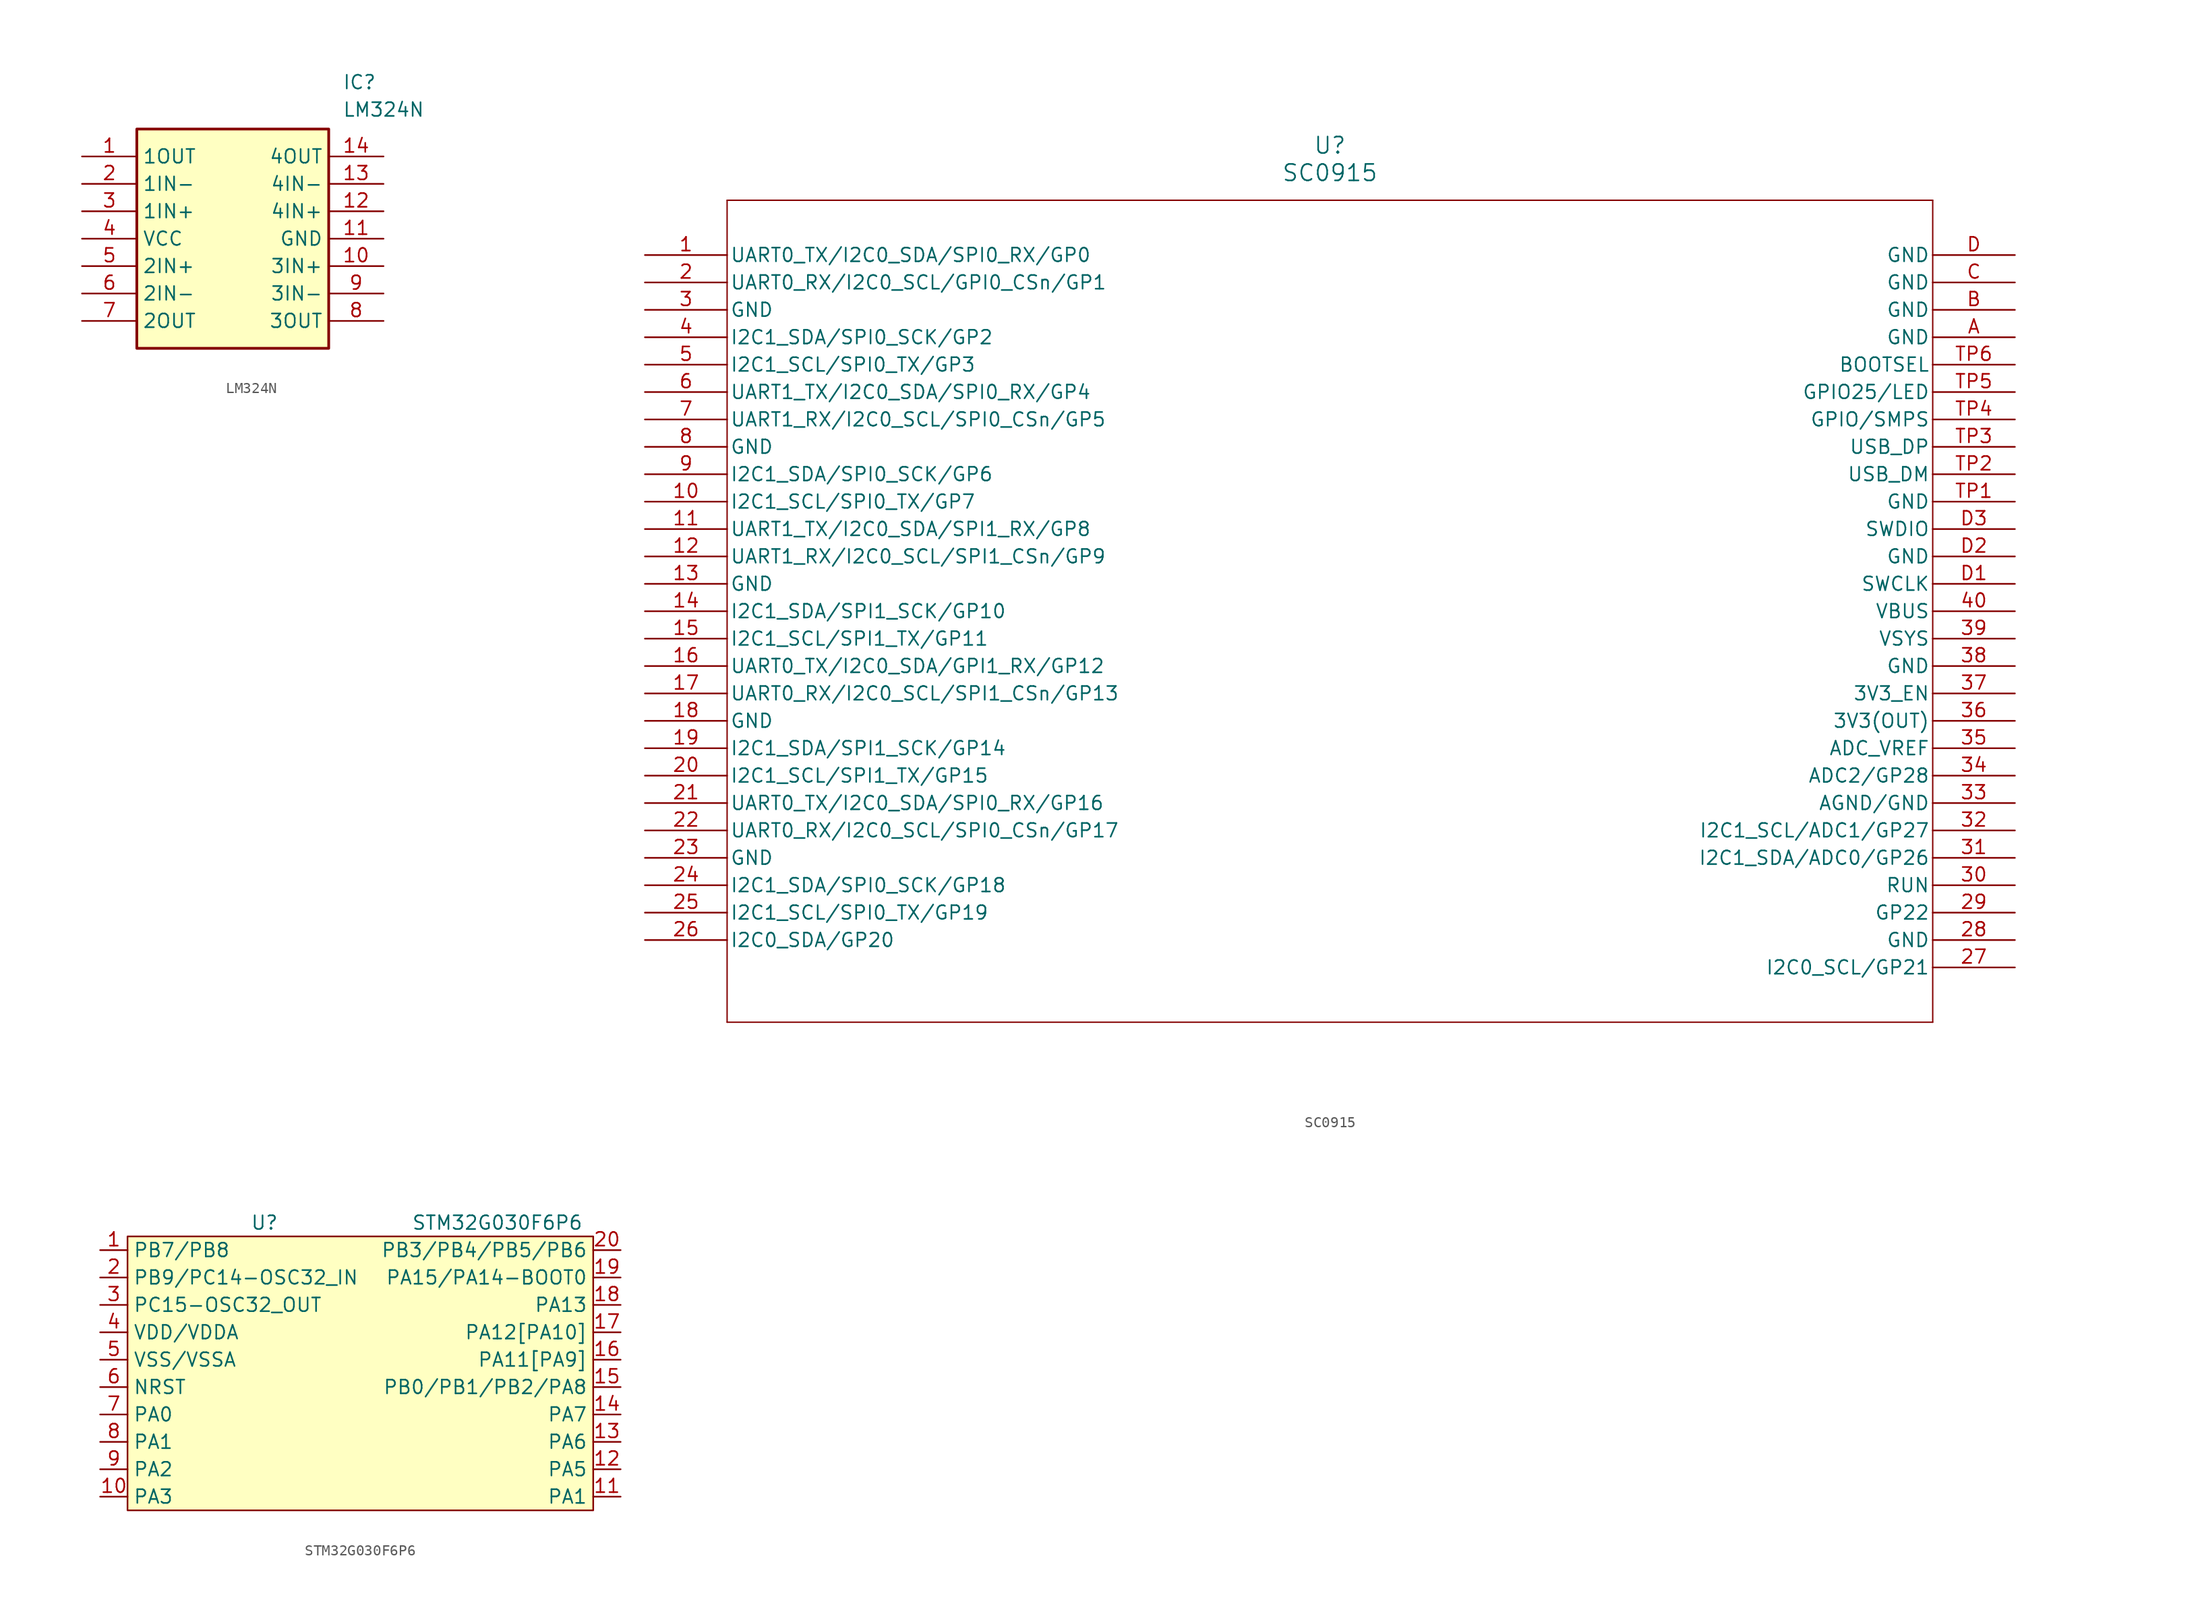
<source format=kicad_sym>
(kicad_symbol_lib
  (version 20241209)
  (generator "kicad_symbol_editor")
  (generator_version "9.0")
  (symbol "LM324N"
    (property "Reference" "IC"
      (at 24.13 7.62 0)
      (effects (font (size 1.27 1.27)) (justify left top)))
    (property "Value" "LM324N"
      (at 24.13 5.08 0)
      (effects (font (size 1.27 1.27)) (justify left top)))
    (symbol "LM324N_1_1"
      (rectangle (start 5.08 2.54) (end 22.86 -17.78) (stroke (width 0.254) (type default)) (fill (type background)))
      (pin passive line (at 0 0 0) (length 5.08) (name "1OUT" (effects (font (size 1.27 1.27)))) (number "1" (effects (font (size 1.27 1.27)))))
      (pin passive line (at 0 -2.54 0) (length 5.08) (name "1IN-" (effects (font (size 1.27 1.27)))) (number "2" (effects (font (size 1.27 1.27)))))
      (pin passive line (at 0 -5.08 0) (length 5.08) (name "1IN+" (effects (font (size 1.27 1.27)))) (number "3" (effects (font (size 1.27 1.27)))))
      (pin passive line (at 0 -7.62 0) (length 5.08) (name "VCC" (effects (font (size 1.27 1.27)))) (number "4" (effects (font (size 1.27 1.27)))))
      (pin passive line (at 0 -10.16 0) (length 5.08) (name "2IN+" (effects (font (size 1.27 1.27)))) (number "5" (effects (font (size 1.27 1.27)))))
      (pin passive line (at 0 -12.7 0) (length 5.08) (name "2IN-" (effects (font (size 1.27 1.27)))) (number "6" (effects (font (size 1.27 1.27)))))
      (pin passive line (at 0 -15.24 0) (length 5.08) (name "2OUT" (effects (font (size 1.27 1.27)))) (number "7" (effects (font (size 1.27 1.27)))))
      (pin passive line (at 27.94 0 180) (length 5.08) (name "4OUT" (effects (font (size 1.27 1.27)))) (number "14" (effects (font (size 1.27 1.27)))))
      (pin passive line (at 27.94 -2.54 180) (length 5.08) (name "4IN-" (effects (font (size 1.27 1.27)))) (number "13" (effects (font (size 1.27 1.27)))))
      (pin passive line (at 27.94 -5.08 180) (length 5.08) (name "4IN+" (effects (font (size 1.27 1.27)))) (number "12" (effects (font (size 1.27 1.27)))))
      (pin passive line (at 27.94 -7.62 180) (length 5.08) (name "GND" (effects (font (size 1.27 1.27)))) (number "11" (effects (font (size 1.27 1.27)))))
      (pin passive line (at 27.94 -10.16 180) (length 5.08) (name "3IN+" (effects (font (size 1.27 1.27)))) (number "10" (effects (font (size 1.27 1.27)))))
      (pin passive line (at 27.94 -12.7 180) (length 5.08) (name "3IN-" (effects (font (size 1.27 1.27)))) (number "9" (effects (font (size 1.27 1.27)))))
      (pin passive line (at 27.94 -15.24 180) (length 5.08) (name "3OUT" (effects (font (size 1.27 1.27)))) (number "8" (effects (font (size 1.27 1.27)))))))
  (symbol "SC0915"
    (pin_names
      (offset 0.254))
    (property "Reference" "U"
      (at 63.5 10.16 0)
      (effects (font (size 1.524 1.524))))
    (property "Value" "SC0915"
      (at 63.5 7.62 0)
      (effects (font (size 1.524 1.524))))
    (symbol "SC0915_0_1"
      (polyline (pts (xy 7.62 5.08) (xy 7.62 -71.12)) (stroke (width 0.127) (type default)) (fill (type none)))
      (polyline (pts (xy 7.62 -71.12) (xy 119.38 -71.12)) (stroke (width 0.127) (type default)) (fill (type none)))
      (polyline (pts (xy 119.38 5.08) (xy 7.62 5.08)) (stroke (width 0.127) (type default)) (fill (type none)))
      (polyline (pts (xy 119.38 -71.12) (xy 119.38 5.08)) (stroke (width 0.127) (type default)) (fill (type none)))
      (pin bidirectional line (at 0 0 0) (length 7.62) (name "UART0_TX/I2C0_SDA/SPI0_RX/GP0" (effects (font (size 1.27 1.27)))) (number "1" (effects (font (size 1.27 1.27)))))
      (pin bidirectional line (at 0 -2.54 0) (length 7.62) (name "UART0_RX/I2C0_SCL/GPI0_CSn/GP1" (effects (font (size 1.27 1.27)))) (number "2" (effects (font (size 1.27 1.27)))))
      (pin power_out line (at 0 -5.08 0) (length 7.62) (name "GND" (effects (font (size 1.27 1.27)))) (number "3" (effects (font (size 1.27 1.27)))))
      (pin bidirectional line (at 0 -7.62 0) (length 7.62) (name "I2C1_SDA/SPI0_SCK/GP2" (effects (font (size 1.27 1.27)))) (number "4" (effects (font (size 1.27 1.27)))))
      (pin bidirectional line (at 0 -10.16 0) (length 7.62) (name "I2C1_SCL/SPI0_TX/GP3" (effects (font (size 1.27 1.27)))) (number "5" (effects (font (size 1.27 1.27)))))
      (pin bidirectional line (at 0 -12.7 0) (length 7.62) (name "UART1_TX/I2C0_SDA/SPI0_RX/GP4" (effects (font (size 1.27 1.27)))) (number "6" (effects (font (size 1.27 1.27)))))
      (pin bidirectional line (at 0 -15.24 0) (length 7.62) (name "UART1_RX/I2C0_SCL/SPI0_CSn/GP5" (effects (font (size 1.27 1.27)))) (number "7" (effects (font (size 1.27 1.27)))))
      (pin power_out line (at 0 -17.78 0) (length 7.62) (name "GND" (effects (font (size 1.27 1.27)))) (number "8" (effects (font (size 1.27 1.27)))))
      (pin bidirectional line (at 0 -20.32 0) (length 7.62) (name "I2C1_SDA/SPI0_SCK/GP6" (effects (font (size 1.27 1.27)))) (number "9" (effects (font (size 1.27 1.27)))))
      (pin bidirectional line (at 0 -22.86 0) (length 7.62) (name "I2C1_SCL/SPI0_TX/GP7" (effects (font (size 1.27 1.27)))) (number "10" (effects (font (size 1.27 1.27)))))
      (pin bidirectional line (at 0 -25.4 0) (length 7.62) (name "UART1_TX/I2C0_SDA/SPI1_RX/GP8" (effects (font (size 1.27 1.27)))) (number "11" (effects (font (size 1.27 1.27)))))
      (pin bidirectional line (at 0 -27.94 0) (length 7.62) (name "UART1_RX/I2C0_SCL/SPI1_CSn/GP9" (effects (font (size 1.27 1.27)))) (number "12" (effects (font (size 1.27 1.27)))))
      (pin power_out line (at 0 -30.48 0) (length 7.62) (name "GND" (effects (font (size 1.27 1.27)))) (number "13" (effects (font (size 1.27 1.27)))))
      (pin bidirectional line (at 0 -33.02 0) (length 7.62) (name "I2C1_SDA/SPI1_SCK/GP10" (effects (font (size 1.27 1.27)))) (number "14" (effects (font (size 1.27 1.27)))))
      (pin bidirectional line (at 0 -35.56 0) (length 7.62) (name "I2C1_SCL/SPI1_TX/GP11" (effects (font (size 1.27 1.27)))) (number "15" (effects (font (size 1.27 1.27)))))
      (pin bidirectional line (at 0 -38.1 0) (length 7.62) (name "UART0_TX/I2C0_SDA/GPI1_RX/GP12" (effects (font (size 1.27 1.27)))) (number "16" (effects (font (size 1.27 1.27)))))
      (pin bidirectional line (at 0 -40.64 0) (length 7.62) (name "UART0_RX/I2C0_SCL/SPI1_CSn/GP13" (effects (font (size 1.27 1.27)))) (number "17" (effects (font (size 1.27 1.27)))))
      (pin power_out line (at 0 -43.18 0) (length 7.62) (name "GND" (effects (font (size 1.27 1.27)))) (number "18" (effects (font (size 1.27 1.27)))))
      (pin bidirectional line (at 0 -45.72 0) (length 7.62) (name "I2C1_SDA/SPI1_SCK/GP14" (effects (font (size 1.27 1.27)))) (number "19" (effects (font (size 1.27 1.27)))))
      (pin bidirectional line (at 0 -48.26 0) (length 7.62) (name "I2C1_SCL/SPI1_TX/GP15" (effects (font (size 1.27 1.27)))) (number "20" (effects (font (size 1.27 1.27)))))
      (pin bidirectional line (at 0 -50.8 0) (length 7.62) (name "UART0_TX/I2C0_SDA/SPI0_RX/GP16" (effects (font (size 1.27 1.27)))) (number "21" (effects (font (size 1.27 1.27)))))
      (pin bidirectional line (at 0 -53.34 0) (length 7.62) (name "UART0_RX/I2C0_SCL/SPI0_CSn/GP17" (effects (font (size 1.27 1.27)))) (number "22" (effects (font (size 1.27 1.27)))))
      (pin power_out line (at 0 -55.88 0) (length 7.62) (name "GND" (effects (font (size 1.27 1.27)))) (number "23" (effects (font (size 1.27 1.27)))))
      (pin bidirectional line (at 0 -58.42 0) (length 7.62) (name "I2C1_SDA/SPI0_SCK/GP18" (effects (font (size 1.27 1.27)))) (number "24" (effects (font (size 1.27 1.27)))))
      (pin bidirectional line (at 0 -60.96 0) (length 7.62) (name "I2C1_SCL/SPI0_TX/GP19" (effects (font (size 1.27 1.27)))) (number "25" (effects (font (size 1.27 1.27)))))
      (pin bidirectional line (at 0 -63.5 0) (length 7.62) (name "I2C0_SDA/GP20" (effects (font (size 1.27 1.27)))) (number "26" (effects (font (size 1.27 1.27)))))
      (pin power_out line (at 127 0 180) (length 7.62) (name "GND" (effects (font (size 1.27 1.27)))) (number "D" (effects (font (size 1.27 1.27)))))
      (pin power_out line (at 127 -2.54 180) (length 7.62) (name "GND" (effects (font (size 1.27 1.27)))) (number "C" (effects (font (size 1.27 1.27)))))
      (pin power_out line (at 127 -5.08 180) (length 7.62) (name "GND" (effects (font (size 1.27 1.27)))) (number "B" (effects (font (size 1.27 1.27)))))
      (pin power_out line (at 127 -7.62 180) (length 7.62) (name "GND" (effects (font (size 1.27 1.27)))) (number "A" (effects (font (size 1.27 1.27)))))
      (pin unspecified line (at 127 -10.16 180) (length 7.62) (name "BOOTSEL" (effects (font (size 1.27 1.27)))) (number "TP6" (effects (font (size 1.27 1.27)))))
      (pin unspecified line (at 127 -12.7 180) (length 7.62) (name "GPIO25/LED" (effects (font (size 1.27 1.27)))) (number "TP5" (effects (font (size 1.27 1.27)))))
      (pin unspecified line (at 127 -15.24 180) (length 7.62) (name "GPIO/SMPS" (effects (font (size 1.27 1.27)))) (number "TP4" (effects (font (size 1.27 1.27)))))
      (pin unspecified line (at 127 -17.78 180) (length 7.62) (name "USB_DP" (effects (font (size 1.27 1.27)))) (number "TP3" (effects (font (size 1.27 1.27)))))
      (pin unspecified line (at 127 -20.32 180) (length 7.62) (name "USB_DM" (effects (font (size 1.27 1.27)))) (number "TP2" (effects (font (size 1.27 1.27)))))
      (pin power_out line (at 127 -22.86 180) (length 7.62) (name "GND" (effects (font (size 1.27 1.27)))) (number "TP1" (effects (font (size 1.27 1.27)))))
      (pin unspecified line (at 127 -25.4 180) (length 7.62) (name "SWDIO" (effects (font (size 1.27 1.27)))) (number "D3" (effects (font (size 1.27 1.27)))))
      (pin power_out line (at 127 -27.94 180) (length 7.62) (name "GND" (effects (font (size 1.27 1.27)))) (number "D2" (effects (font (size 1.27 1.27)))))
      (pin unspecified line (at 127 -30.48 180) (length 7.62) (name "SWCLK" (effects (font (size 1.27 1.27)))) (number "D1" (effects (font (size 1.27 1.27)))))
      (pin power_in line (at 127 -33.02 180) (length 7.62) (name "VBUS" (effects (font (size 1.27 1.27)))) (number "40" (effects (font (size 1.27 1.27)))))
      (pin power_in line (at 127 -35.56 180) (length 7.62) (name "VSYS" (effects (font (size 1.27 1.27)))) (number "39" (effects (font (size 1.27 1.27)))))
      (pin power_out line (at 127 -38.1 180) (length 7.62) (name "GND" (effects (font (size 1.27 1.27)))) (number "38" (effects (font (size 1.27 1.27)))))
      (pin power_in line (at 127 -40.64 180) (length 7.62) (name "3V3_EN" (effects (font (size 1.27 1.27)))) (number "37" (effects (font (size 1.27 1.27)))))
      (pin output line (at 127 -43.18 180) (length 7.62) (name "3V3(OUT)" (effects (font (size 1.27 1.27)))) (number "36" (effects (font (size 1.27 1.27)))))
      (pin power_in line (at 127 -45.72 180) (length 7.62) (name "ADC_VREF" (effects (font (size 1.27 1.27)))) (number "35" (effects (font (size 1.27 1.27)))))
      (pin bidirectional line (at 127 -48.26 180) (length 7.62) (name "ADC2/GP28" (effects (font (size 1.27 1.27)))) (number "34" (effects (font (size 1.27 1.27)))))
      (pin power_out line (at 127 -50.8 180) (length 7.62) (name "AGND/GND" (effects (font (size 1.27 1.27)))) (number "33" (effects (font (size 1.27 1.27)))))
      (pin bidirectional line (at 127 -53.34 180) (length 7.62) (name "I2C1_SCL/ADC1/GP27" (effects (font (size 1.27 1.27)))) (number "32" (effects (font (size 1.27 1.27)))))
      (pin bidirectional line (at 127 -55.88 180) (length 7.62) (name "I2C1_SDA/ADC0/GP26" (effects (font (size 1.27 1.27)))) (number "31" (effects (font (size 1.27 1.27)))))
      (pin unspecified line (at 127 -58.42 180) (length 7.62) (name "RUN" (effects (font (size 1.27 1.27)))) (number "30" (effects (font (size 1.27 1.27)))))
      (pin bidirectional line (at 127 -60.96 180) (length 7.62) (name "GP22" (effects (font (size 1.27 1.27)))) (number "29" (effects (font (size 1.27 1.27)))))
      (pin power_out line (at 127 -63.5 180) (length 7.62) (name "GND" (effects (font (size 1.27 1.27)))) (number "28" (effects (font (size 1.27 1.27)))))
      (pin bidirectional line (at 127 -66.04 180) (length 7.62) (name "I2C0_SCL/GP21" (effects (font (size 1.27 1.27)))) (number "27" (effects (font (size 1.27 1.27)))))))
  (symbol "STM32G030F6P6"
    (property "Reference" "U"
      (at -10.16 13.97 0)
      (effects (font (size 1.27 1.27))))
    (property "Value" "STM32G030F6P6"
      (at 11.43 13.97 0)
      (effects (font (size 1.27 1.27))))
    (symbol "STM32G030F6P6_0_1"
      (rectangle (start -22.86 12.7) (end 20.32 -12.7) (stroke (width 0) (type default)) (fill (type background))))
    (symbol "STM32G030F6P6_1_1"
      (pin input line (at -25.4 11.43 0) (length 2.54) (name "PB7/PB8" (effects (font (size 1.27 1.27)))) (number "1" (effects (font (size 1.27 1.27)))))
      (pin input line (at -25.4 8.89 0) (length 2.54) (name "PB9/PC14-OSC32_IN" (effects (font (size 1.27 1.27)))) (number "2" (effects (font (size 1.27 1.27)))))
      (pin input line (at -25.4 6.35 0) (length 2.54) (name "PC15-OSC32_OUT" (effects (font (size 1.27 1.27)))) (number "3" (effects (font (size 1.27 1.27)))))
      (pin input line (at -25.4 3.81 0) (length 2.54) (name "VDD/VDDA" (effects (font (size 1.27 1.27)))) (number "4" (effects (font (size 1.27 1.27)))))
      (pin power_in line (at -25.4 1.27 0) (length 2.54) (name "VSS/VSSA" (effects (font (size 1.27 1.27)))) (number "5" (effects (font (size 1.27 1.27)))))
      (pin bidirectional line (at -25.4 -1.27 0) (length 2.54) (name "NRST" (effects (font (size 1.27 1.27)))) (number "6" (effects (font (size 1.27 1.27)))))
      (pin input line (at -25.4 -3.81 0) (length 2.54) (name "PA0" (effects (font (size 1.27 1.27)))) (number "7" (effects (font (size 1.27 1.27)))))
      (pin input line (at -25.4 -6.35 0) (length 2.54) (name "PA1" (effects (font (size 1.27 1.27)))) (number "8" (effects (font (size 1.27 1.27)))))
      (pin input line (at -25.4 -8.89 0) (length 2.54) (name "PA2" (effects (font (size 1.27 1.27)))) (number "9" (effects (font (size 1.27 1.27)))))
      (pin input line (at -25.4 -11.43 0) (length 2.54) (name "PA3" (effects (font (size 1.27 1.27)))) (number "10" (effects (font (size 1.27 1.27)))))
      (pin input line (at 22.86 11.43 180) (length 2.54) (name "PB3/PB4/PB5/PB6" (effects (font (size 1.27 1.27)))) (number "20" (effects (font (size 1.27 1.27)))))
      (pin input line (at 22.86 8.89 180) (length 2.54) (name "PA15/PA14-BOOT0" (effects (font (size 1.27 1.27)))) (number "19" (effects (font (size 1.27 1.27)))))
      (pin input line (at 22.86 6.35 180) (length 2.54) (name "PA13" (effects (font (size 1.27 1.27)))) (number "18" (effects (font (size 1.27 1.27)))))
      (pin input line (at 22.86 3.81 180) (length 2.54) (name "PA12[PA10]" (effects (font (size 1.27 1.27)))) (number "17" (effects (font (size 1.27 1.27)))))
      (pin input line (at 22.86 1.27 180) (length 2.54) (name "PA11[PA9]" (effects (font (size 1.27 1.27)))) (number "16" (effects (font (size 1.27 1.27)))))
      (pin input line (at 22.86 -1.27 180) (length 2.54) (name "PB0/PB1/PB2/PA8" (effects (font (size 1.27 1.27)))) (number "15" (effects (font (size 1.27 1.27)))))
      (pin bidirectional line (at 22.86 -3.81 180) (length 2.54) (name "PA7" (effects (font (size 1.27 1.27)))) (number "14" (effects (font (size 1.27 1.27)))))
      (pin bidirectional line (at 22.86 -6.35 180) (length 2.54) (name "PA6" (effects (font (size 1.27 1.27)))) (number "13" (effects (font (size 1.27 1.27)))))
      (pin bidirectional line (at 22.86 -8.89 180) (length 2.54) (name "PA5" (effects (font (size 1.27 1.27)))) (number "12" (effects (font (size 1.27 1.27)))))
      (pin bidirectional line (at 22.86 -11.43 180) (length 2.54) (name "PA1" (effects (font (size 1.27 1.27)))) (number "11" (effects (font (size 1.27 1.27))))))))
</source>
